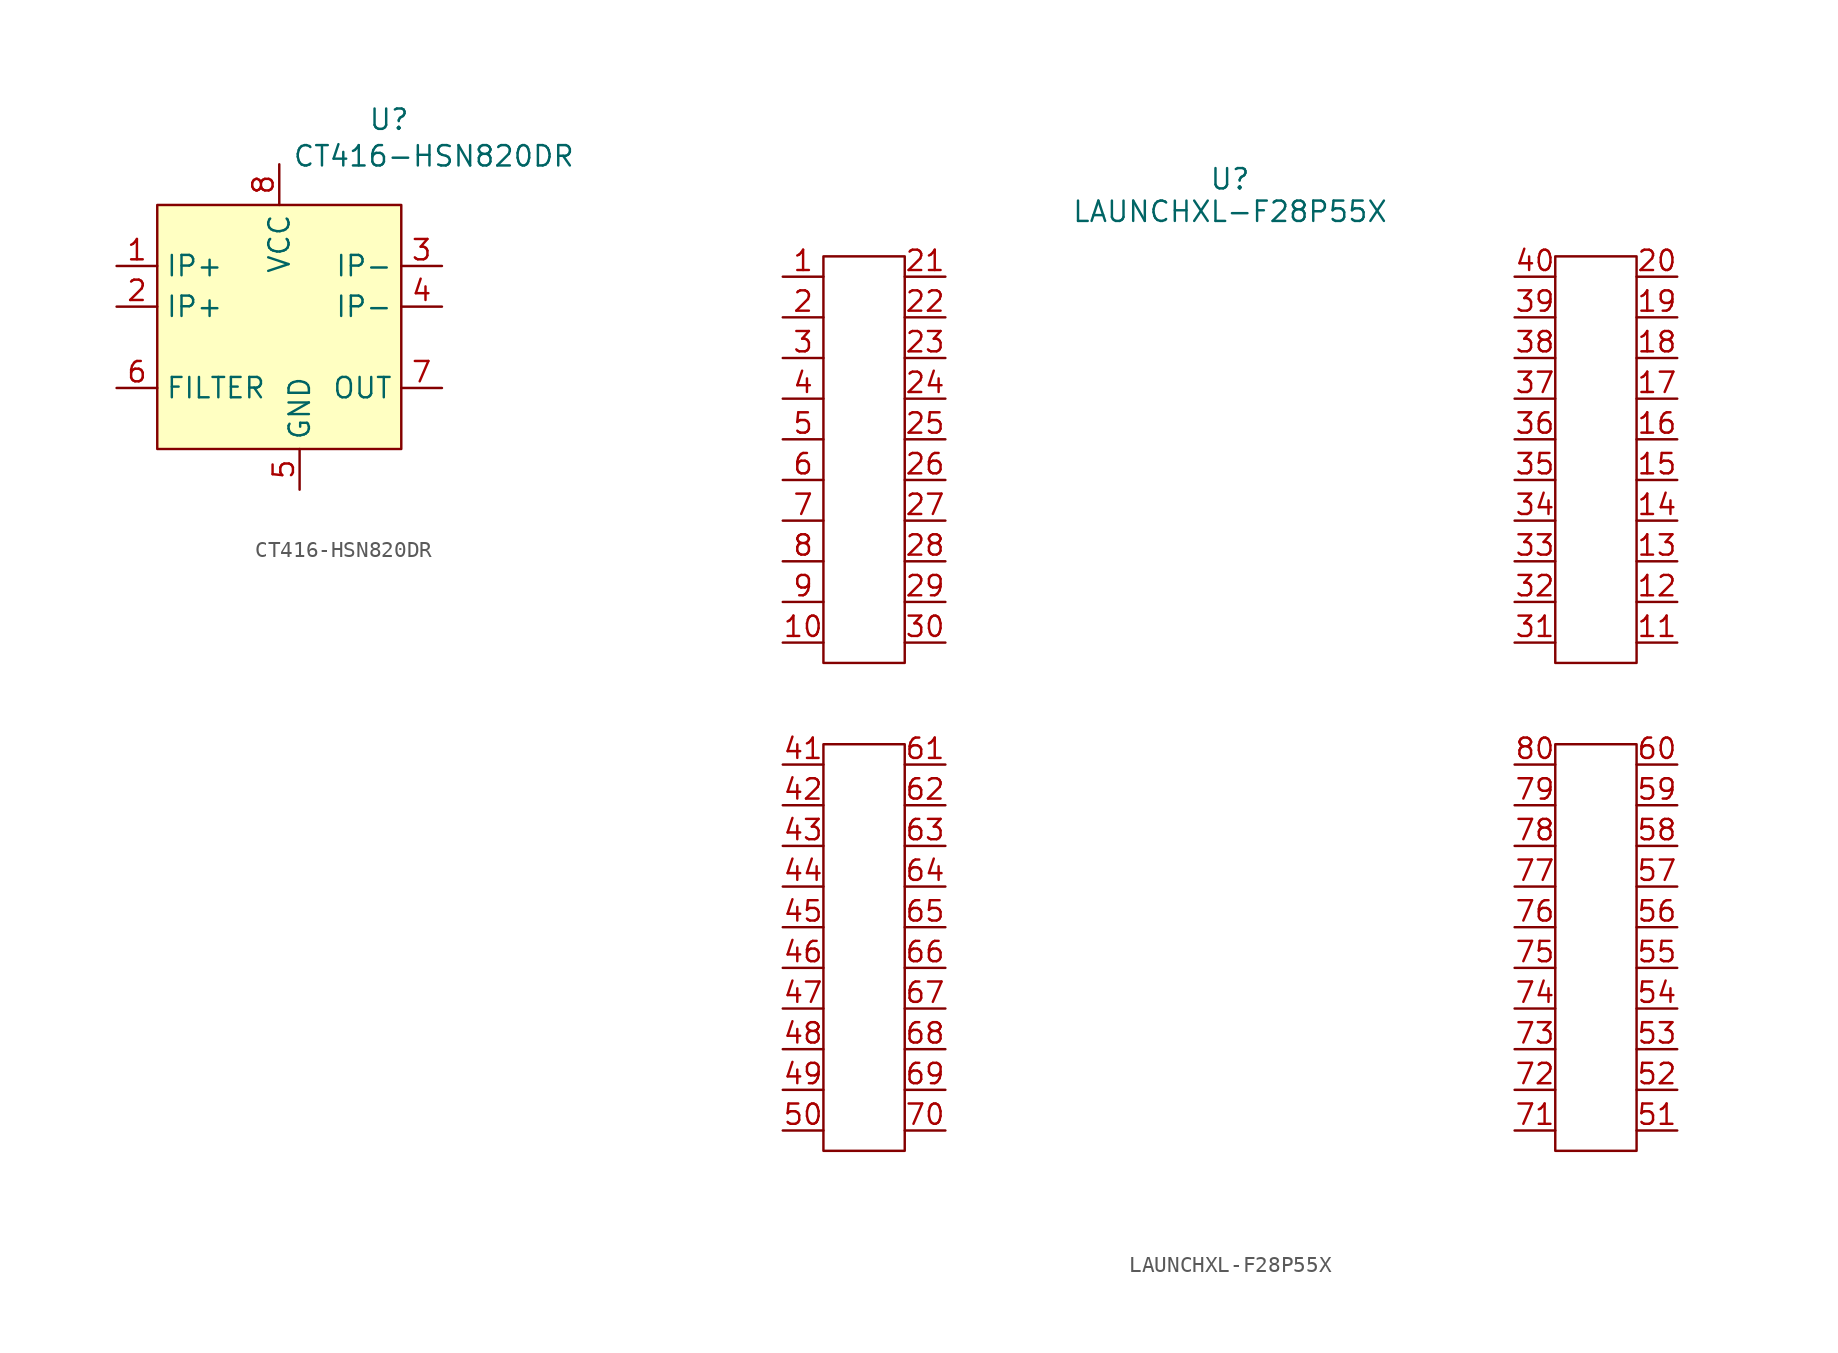
<source format=kicad_sym>
(kicad_symbol_lib
  (version 20241209)
  (generator "kicad_symbol_editor")
  (generator_version "9.0")
  (symbol "CT416-HSN820DR"
    (property "Reference" "U"
      (at 6.858 12.954 0)
      (effects (font (size 1.27 1.27))))
    (property "Value" "CT416-HSN820DR"
      (at 9.652 10.668 0)
      (effects (font (size 1.27 1.27))))
    (symbol "CT416-HSN820DR_1_1"
      (rectangle (start -7.62 7.62) (end 7.62 -7.62) (stroke (width 0) (type default)) (fill (type background)))
      (pin input line (at -10.16 3.81 0) (length 2.54) (name "IP+" (effects (font (size 1.27 1.27)))) (number "1" (effects (font (size 1.27 1.27)))))
      (pin input line (at -10.16 1.27 0) (length 2.54) (name "IP+" (effects (font (size 1.27 1.27)))) (number "2" (effects (font (size 1.27 1.27)))))
      (pin input line (at -10.16 -3.81 0) (length 2.54) (name "FILTER" (effects (font (size 1.27 1.27)))) (number "6" (effects (font (size 1.27 1.27)))))
      (pin input line (at 0 10.16 270) (length 2.54) (name "VCC" (effects (font (size 1.27 1.27)))) (number "8" (effects (font (size 1.27 1.27)))))
      (pin input line (at 1.27 -10.16 90) (length 2.54) (name "GND" (effects (font (size 1.27 1.27)))) (number "5" (effects (font (size 1.27 1.27)))))
      (pin input line (at 10.16 3.81 180) (length 2.54) (name "IP-" (effects (font (size 1.27 1.27)))) (number "3" (effects (font (size 1.27 1.27)))))
      (pin input line (at 10.16 1.27 180) (length 2.54) (name "IP-" (effects (font (size 1.27 1.27)))) (number "4" (effects (font (size 1.27 1.27)))))
      (pin input line (at 10.16 -3.81 180) (length 2.54) (name "OUT" (effects (font (size 1.27 1.27)))) (number "7" (effects (font (size 1.27 1.27)))))))
  (symbol "LAUNCHXL-F28P55X"
    (property "Reference" "U"
      (at 0 32.766 0)
      (effects (font (size 1.27 1.27))))
    (property "Value" "LAUNCHXL-F28P55X"
      (at 0 30.734 0)
      (effects (font (size 1.27 1.27))))
    (symbol "LAUNCHXL-F28P55X_0_1"
      (rectangle (start -25.4 27.94) (end -20.32 2.54) (stroke (width 0) (type default)) (fill (type none)))
      (rectangle (start -25.4 -2.54) (end -20.32 -27.94) (stroke (width 0) (type default)) (fill (type none)))
      (rectangle (start 20.32 27.94) (end 25.4 2.54) (stroke (width 0) (type default)) (fill (type none)))
      (rectangle (start 20.32 -2.54) (end 25.4 -27.94) (stroke (width 0) (type default)) (fill (type none))))
    (symbol "LAUNCHXL-F28P55X_1_1"
      (pin bidirectional line (at -27.94 26.67 0) (length 2.54) (name "" (effects (font (size 1.27 1.27)))) (number "1" (effects (font (size 1.27 1.27)))))
      (pin bidirectional line (at -27.94 24.13 0) (length 2.54) (name "" (effects (font (size 1.27 1.27)))) (number "2" (effects (font (size 1.27 1.27)))))
      (pin bidirectional line (at -27.94 21.59 0) (length 2.54) (name "" (effects (font (size 1.27 1.27)))) (number "3" (effects (font (size 1.27 1.27)))))
      (pin bidirectional line (at -27.94 19.05 0) (length 2.54) (name "" (effects (font (size 1.27 1.27)))) (number "4" (effects (font (size 1.27 1.27)))))
      (pin bidirectional line (at -27.94 16.51 0) (length 2.54) (name "" (effects (font (size 1.27 1.27)))) (number "5" (effects (font (size 1.27 1.27)))))
      (pin bidirectional line (at -27.94 13.97 0) (length 2.54) (name "" (effects (font (size 1.27 1.27)))) (number "6" (effects (font (size 1.27 1.27)))))
      (pin bidirectional line (at -27.94 11.43 0) (length 2.54) (name "" (effects (font (size 1.27 1.27)))) (number "7" (effects (font (size 1.27 1.27)))))
      (pin bidirectional line (at -27.94 8.89 0) (length 2.54) (name "" (effects (font (size 1.27 1.27)))) (number "8" (effects (font (size 1.27 1.27)))))
      (pin bidirectional line (at -27.94 6.35 0) (length 2.54) (name "" (effects (font (size 1.27 1.27)))) (number "9" (effects (font (size 1.27 1.27)))))
      (pin bidirectional line (at -27.94 3.81 0) (length 2.54) (name "" (effects (font (size 1.27 1.27)))) (number "10" (effects (font (size 1.27 1.27)))))
      (pin bidirectional line (at -27.94 -3.81 0) (length 2.54) (name "" (effects (font (size 1.27 1.27)))) (number "41" (effects (font (size 1.27 1.27)))))
      (pin bidirectional line (at -27.94 -6.35 0) (length 2.54) (name "" (effects (font (size 1.27 1.27)))) (number "42" (effects (font (size 1.27 1.27)))))
      (pin bidirectional line (at -27.94 -8.89 0) (length 2.54) (name "" (effects (font (size 1.27 1.27)))) (number "43" (effects (font (size 1.27 1.27)))))
      (pin bidirectional line (at -27.94 -11.43 0) (length 2.54) (name "" (effects (font (size 1.27 1.27)))) (number "44" (effects (font (size 1.27 1.27)))))
      (pin bidirectional line (at -27.94 -13.97 0) (length 2.54) (name "" (effects (font (size 1.27 1.27)))) (number "45" (effects (font (size 1.27 1.27)))))
      (pin bidirectional line (at -27.94 -16.51 0) (length 2.54) (name "" (effects (font (size 1.27 1.27)))) (number "46" (effects (font (size 1.27 1.27)))))
      (pin bidirectional line (at -27.94 -19.05 0) (length 2.54) (name "" (effects (font (size 1.27 1.27)))) (number "47" (effects (font (size 1.27 1.27)))))
      (pin bidirectional line (at -27.94 -21.59 0) (length 2.54) (name "" (effects (font (size 1.27 1.27)))) (number "48" (effects (font (size 1.27 1.27)))))
      (pin bidirectional line (at -27.94 -24.13 0) (length 2.54) (name "" (effects (font (size 1.27 1.27)))) (number "49" (effects (font (size 1.27 1.27)))))
      (pin bidirectional line (at -27.94 -26.67 0) (length 2.54) (name "" (effects (font (size 1.27 1.27)))) (number "50" (effects (font (size 1.27 1.27)))))
      (pin bidirectional line (at -17.78 26.67 180) (length 2.54) (name "" (effects (font (size 1.27 1.27)))) (number "21" (effects (font (size 1.27 1.27)))))
      (pin bidirectional line (at -17.78 24.13 180) (length 2.54) (name "" (effects (font (size 1.27 1.27)))) (number "22" (effects (font (size 1.27 1.27)))))
      (pin bidirectional line (at -17.78 21.59 180) (length 2.54) (name "" (effects (font (size 1.27 1.27)))) (number "23" (effects (font (size 1.27 1.27)))))
      (pin bidirectional line (at -17.78 19.05 180) (length 2.54) (name "" (effects (font (size 1.27 1.27)))) (number "24" (effects (font (size 1.27 1.27)))))
      (pin bidirectional line (at -17.78 16.51 180) (length 2.54) (name "" (effects (font (size 1.27 1.27)))) (number "25" (effects (font (size 1.27 1.27)))))
      (pin bidirectional line (at -17.78 13.97 180) (length 2.54) (name "" (effects (font (size 1.27 1.27)))) (number "26" (effects (font (size 1.27 1.27)))))
      (pin bidirectional line (at -17.78 11.43 180) (length 2.54) (name "" (effects (font (size 1.27 1.27)))) (number "27" (effects (font (size 1.27 1.27)))))
      (pin bidirectional line (at -17.78 8.89 180) (length 2.54) (name "" (effects (font (size 1.27 1.27)))) (number "28" (effects (font (size 1.27 1.27)))))
      (pin bidirectional line (at -17.78 6.35 180) (length 2.54) (name "" (effects (font (size 1.27 1.27)))) (number "29" (effects (font (size 1.27 1.27)))))
      (pin bidirectional line (at -17.78 3.81 180) (length 2.54) (name "" (effects (font (size 1.27 1.27)))) (number "30" (effects (font (size 1.27 1.27)))))
      (pin bidirectional line (at -17.78 -3.81 180) (length 2.54) (name "" (effects (font (size 1.27 1.27)))) (number "61" (effects (font (size 1.27 1.27)))))
      (pin bidirectional line (at -17.78 -6.35 180) (length 2.54) (name "" (effects (font (size 1.27 1.27)))) (number "62" (effects (font (size 1.27 1.27)))))
      (pin bidirectional line (at -17.78 -8.89 180) (length 2.54) (name "" (effects (font (size 1.27 1.27)))) (number "63" (effects (font (size 1.27 1.27)))))
      (pin bidirectional line (at -17.78 -11.43 180) (length 2.54) (name "" (effects (font (size 1.27 1.27)))) (number "64" (effects (font (size 1.27 1.27)))))
      (pin bidirectional line (at -17.78 -13.97 180) (length 2.54) (name "" (effects (font (size 1.27 1.27)))) (number "65" (effects (font (size 1.27 1.27)))))
      (pin bidirectional line (at -17.78 -16.51 180) (length 2.54) (name "" (effects (font (size 1.27 1.27)))) (number "66" (effects (font (size 1.27 1.27)))))
      (pin bidirectional line (at -17.78 -19.05 180) (length 2.54) (name "" (effects (font (size 1.27 1.27)))) (number "67" (effects (font (size 1.27 1.27)))))
      (pin bidirectional line (at -17.78 -21.59 180) (length 2.54) (name "" (effects (font (size 1.27 1.27)))) (number "68" (effects (font (size 1.27 1.27)))))
      (pin bidirectional line (at -17.78 -24.13 180) (length 2.54) (name "" (effects (font (size 1.27 1.27)))) (number "69" (effects (font (size 1.27 1.27)))))
      (pin bidirectional line (at -17.78 -26.67 180) (length 2.54) (name "" (effects (font (size 1.27 1.27)))) (number "70" (effects (font (size 1.27 1.27)))))
      (pin bidirectional line (at 17.78 26.67 0) (length 2.54) (name "" (effects (font (size 1.27 1.27)))) (number "40" (effects (font (size 1.27 1.27)))))
      (pin bidirectional line (at 17.78 24.13 0) (length 2.54) (name "" (effects (font (size 1.27 1.27)))) (number "39" (effects (font (size 1.27 1.27)))))
      (pin bidirectional line (at 17.78 21.59 0) (length 2.54) (name "" (effects (font (size 1.27 1.27)))) (number "38" (effects (font (size 1.27 1.27)))))
      (pin bidirectional line (at 17.78 19.05 0) (length 2.54) (name "" (effects (font (size 1.27 1.27)))) (number "37" (effects (font (size 1.27 1.27)))))
      (pin bidirectional line (at 17.78 16.51 0) (length 2.54) (name "" (effects (font (size 1.27 1.27)))) (number "36" (effects (font (size 1.27 1.27)))))
      (pin bidirectional line (at 17.78 13.97 0) (length 2.54) (name "" (effects (font (size 1.27 1.27)))) (number "35" (effects (font (size 1.27 1.27)))))
      (pin bidirectional line (at 17.78 11.43 0) (length 2.54) (name "" (effects (font (size 1.27 1.27)))) (number "34" (effects (font (size 1.27 1.27)))))
      (pin bidirectional line (at 17.78 8.89 0) (length 2.54) (name "" (effects (font (size 1.27 1.27)))) (number "33" (effects (font (size 1.27 1.27)))))
      (pin bidirectional line (at 17.78 6.35 0) (length 2.54) (name "" (effects (font (size 1.27 1.27)))) (number "32" (effects (font (size 1.27 1.27)))))
      (pin bidirectional line (at 17.78 3.81 0) (length 2.54) (name "" (effects (font (size 1.27 1.27)))) (number "31" (effects (font (size 1.27 1.27)))))
      (pin bidirectional line (at 17.78 -3.81 0) (length 2.54) (name "" (effects (font (size 1.27 1.27)))) (number "80" (effects (font (size 1.27 1.27)))))
      (pin bidirectional line (at 17.78 -6.35 0) (length 2.54) (name "" (effects (font (size 1.27 1.27)))) (number "79" (effects (font (size 1.27 1.27)))))
      (pin bidirectional line (at 17.78 -8.89 0) (length 2.54) (name "" (effects (font (size 1.27 1.27)))) (number "78" (effects (font (size 1.27 1.27)))))
      (pin bidirectional line (at 17.78 -11.43 0) (length 2.54) (name "" (effects (font (size 1.27 1.27)))) (number "77" (effects (font (size 1.27 1.27)))))
      (pin bidirectional line (at 17.78 -13.97 0) (length 2.54) (name "" (effects (font (size 1.27 1.27)))) (number "76" (effects (font (size 1.27 1.27)))))
      (pin bidirectional line (at 17.78 -16.51 0) (length 2.54) (name "" (effects (font (size 1.27 1.27)))) (number "75" (effects (font (size 1.27 1.27)))))
      (pin bidirectional line (at 17.78 -19.05 0) (length 2.54) (name "" (effects (font (size 1.27 1.27)))) (number "74" (effects (font (size 1.27 1.27)))))
      (pin bidirectional line (at 17.78 -21.59 0) (length 2.54) (name "" (effects (font (size 1.27 1.27)))) (number "73" (effects (font (size 1.27 1.27)))))
      (pin bidirectional line (at 17.78 -24.13 0) (length 2.54) (name "" (effects (font (size 1.27 1.27)))) (number "72" (effects (font (size 1.27 1.27)))))
      (pin bidirectional line (at 17.78 -26.67 0) (length 2.54) (name "" (effects (font (size 1.27 1.27)))) (number "71" (effects (font (size 1.27 1.27)))))
      (pin bidirectional line (at 27.94 26.67 180) (length 2.54) (name "" (effects (font (size 1.27 1.27)))) (number "20" (effects (font (size 1.27 1.27)))))
      (pin bidirectional line (at 27.94 24.13 180) (length 2.54) (name "" (effects (font (size 1.27 1.27)))) (number "19" (effects (font (size 1.27 1.27)))))
      (pin bidirectional line (at 27.94 21.59 180) (length 2.54) (name "" (effects (font (size 1.27 1.27)))) (number "18" (effects (font (size 1.27 1.27)))))
      (pin bidirectional line (at 27.94 19.05 180) (length 2.54) (name "" (effects (font (size 1.27 1.27)))) (number "17" (effects (font (size 1.27 1.27)))))
      (pin bidirectional line (at 27.94 16.51 180) (length 2.54) (name "" (effects (font (size 1.27 1.27)))) (number "16" (effects (font (size 1.27 1.27)))))
      (pin bidirectional line (at 27.94 13.97 180) (length 2.54) (name "" (effects (font (size 1.27 1.27)))) (number "15" (effects (font (size 1.27 1.27)))))
      (pin bidirectional line (at 27.94 11.43 180) (length 2.54) (name "" (effects (font (size 1.27 1.27)))) (number "14" (effects (font (size 1.27 1.27)))))
      (pin bidirectional line (at 27.94 8.89 180) (length 2.54) (name "" (effects (font (size 1.27 1.27)))) (number "13" (effects (font (size 1.27 1.27)))))
      (pin bidirectional line (at 27.94 6.35 180) (length 2.54) (name "" (effects (font (size 1.27 1.27)))) (number "12" (effects (font (size 1.27 1.27)))))
      (pin bidirectional line (at 27.94 3.81 180) (length 2.54) (name "" (effects (font (size 1.27 1.27)))) (number "11" (effects (font (size 1.27 1.27)))))
      (pin bidirectional line (at 27.94 -3.81 180) (length 2.54) (name "" (effects (font (size 1.27 1.27)))) (number "60" (effects (font (size 1.27 1.27)))))
      (pin bidirectional line (at 27.94 -6.35 180) (length 2.54) (name "" (effects (font (size 1.27 1.27)))) (number "59" (effects (font (size 1.27 1.27)))))
      (pin bidirectional line (at 27.94 -8.89 180) (length 2.54) (name "" (effects (font (size 1.27 1.27)))) (number "58" (effects (font (size 1.27 1.27)))))
      (pin bidirectional line (at 27.94 -11.43 180) (length 2.54) (name "" (effects (font (size 1.27 1.27)))) (number "57" (effects (font (size 1.27 1.27)))))
      (pin bidirectional line (at 27.94 -13.97 180) (length 2.54) (name "" (effects (font (size 1.27 1.27)))) (number "56" (effects (font (size 1.27 1.27)))))
      (pin bidirectional line (at 27.94 -16.51 180) (length 2.54) (name "" (effects (font (size 1.27 1.27)))) (number "55" (effects (font (size 1.27 1.27)))))
      (pin bidirectional line (at 27.94 -19.05 180) (length 2.54) (name "" (effects (font (size 1.27 1.27)))) (number "54" (effects (font (size 1.27 1.27)))))
      (pin bidirectional line (at 27.94 -21.59 180) (length 2.54) (name "" (effects (font (size 1.27 1.27)))) (number "53" (effects (font (size 1.27 1.27)))))
      (pin bidirectional line (at 27.94 -24.13 180) (length 2.54) (name "" (effects (font (size 1.27 1.27)))) (number "52" (effects (font (size 1.27 1.27)))))
      (pin bidirectional line (at 27.94 -26.67 180) (length 2.54) (name "" (effects (font (size 1.27 1.27)))) (number "51" (effects (font (size 1.27 1.27))))))))
</source>
